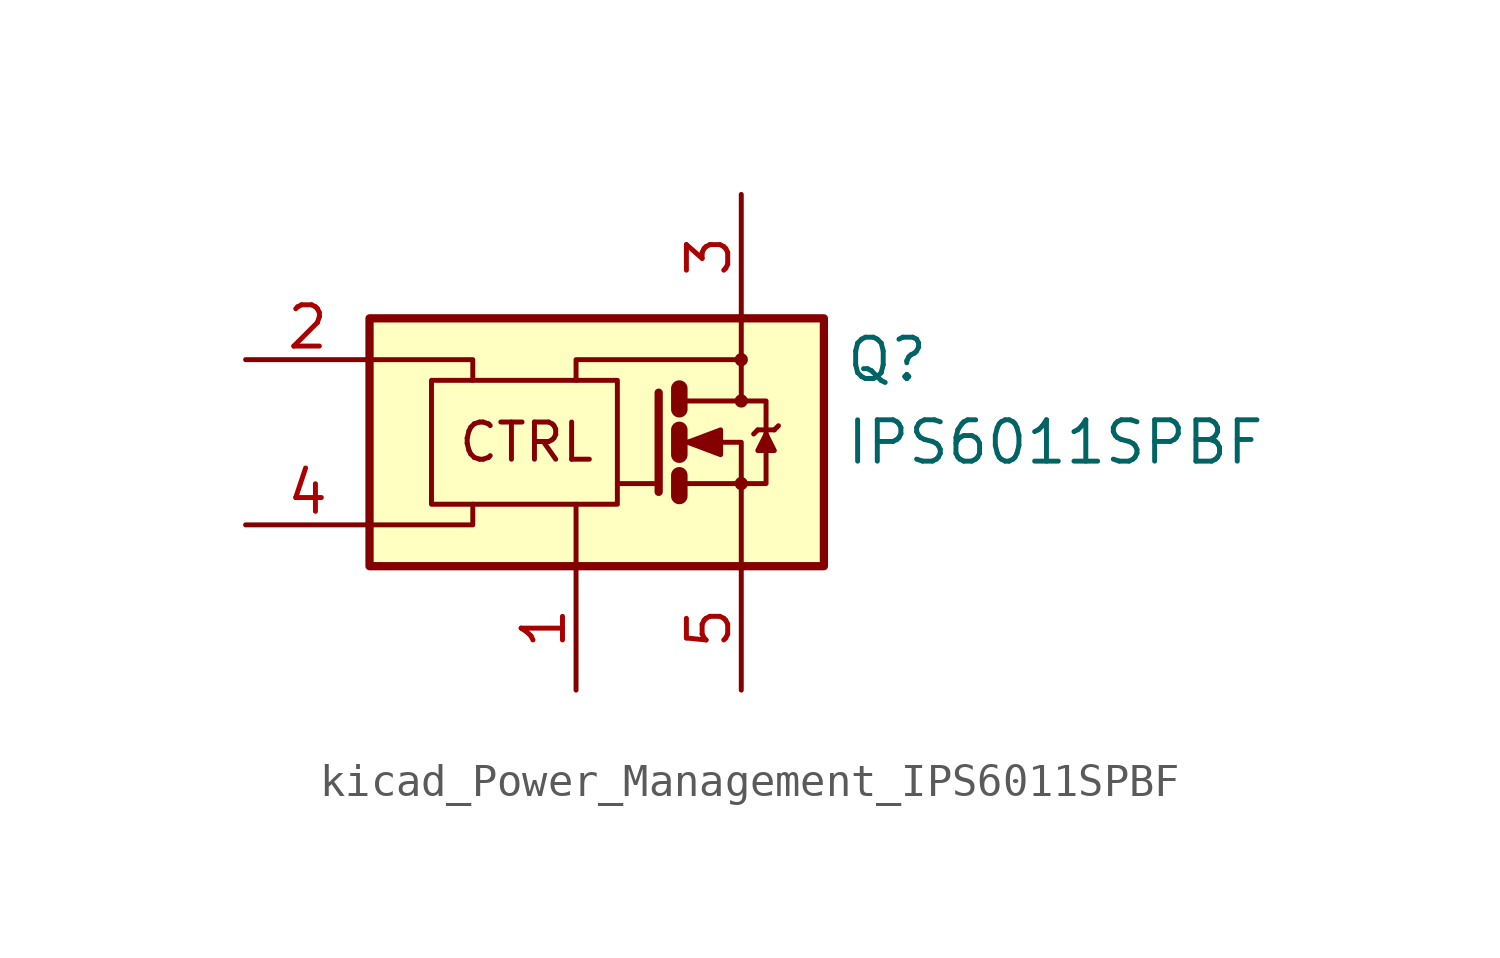
<source format=kicad_sym>
(kicad_symbol_lib
  (version 20220914)
  (generator kicad_symbol_editor)
  (symbol "kicad_Power_Management_IPS6011SPBF"
    (pin_names
      (offset 0) hide)
    (property "Reference" "Q"
      (at 8.255 2.54 0)
      (effects (font (size 1.27 1.27)) (justify left)))
    (property "Value" "IPS6011SPBF"
      (at 8.255 0 0)
      (effects (font (size 1.27 1.27)) (justify left)))
    (symbol "kicad_Power_Management_IPS6011SPBF_0_0"
      (rectangle (start -6.35 3.81) (end 7.62 -3.81) (stroke (width 0.254) (type default)) (fill (type background)))
      (polyline (pts (xy 0 -3.81) (xy 0 -1.905)) (stroke (width 0) (type default)) (fill (type none)))
      (polyline (pts (xy -6.35 -2.54) (xy -3.175 -2.54) (xy -3.175 -1.905)) (stroke (width 0) (type default)) (fill (type none)))
      (polyline (pts (xy -6.35 2.54) (xy -3.175 2.54) (xy -3.175 1.905)) (stroke (width 0) (type default)) (fill (type none)))
      (polyline (pts (xy 0 1.905) (xy 0 2.54) (xy 5.08 2.54)) (stroke (width 0) (type default)) (fill (type none)))
      (circle (center 5.08 2.54) (radius 0.127) (stroke (width 0) (type default)) (fill (type none)))
      (text "CTRL" (at -1.524 0 0) (effects (font (size 1.143 1.143)))))
    (symbol "kicad_Power_Management_IPS6011SPBF_0_1"
      (rectangle (start -4.445 1.905) (end 1.27 -1.905) (stroke (width 0) (type default)) (fill (type none)))
      (polyline (pts (xy 2.54 -1.27) (xy 1.27 -1.27)) (stroke (width 0) (type default)) (fill (type none)))
      (polyline (pts (xy 3.175 -1.016) (xy 3.175 -1.651)) (stroke (width 0.508) (type default)) (fill (type none)))
      (polyline (pts (xy 3.175 0.381) (xy 3.175 -0.381)) (stroke (width 0.508) (type default)) (fill (type none)))
      (polyline (pts (xy 3.175 1.651) (xy 3.175 1.016)) (stroke (width 0.508) (type default)) (fill (type none)))
      (polyline (pts (xy 5.588 0.381) (xy 5.461 0.254)) (stroke (width 0) (type default)) (fill (type none)))
      (polyline (pts (xy 5.588 0.381) (xy 6.096 0.381)) (stroke (width 0) (type default)) (fill (type none)))
      (polyline (pts (xy 6.096 0.381) (xy 6.223 0.508)) (stroke (width 0) (type default)) (fill (type none)))
      (polyline (pts (xy 2.54 1.524) (xy 2.54 -1.524) (xy 2.54 -1.524)) (stroke (width 0.254) (type default)) (fill (type none)))
      (polyline (pts (xy 3.302 -1.27) (xy 5.08 -1.27) (xy 5.08 -3.81)) (stroke (width 0) (type default)) (fill (type none)))
      (polyline (pts (xy 3.302 0) (xy 5.08 0) (xy 5.08 -1.27)) (stroke (width 0) (type default)) (fill (type none)))
      (polyline (pts (xy 3.302 1.27) (xy 5.08 1.27) (xy 5.08 3.81) (xy 5.08 2.54)) (stroke (width 0) (type default)) (fill (type none)))
      (polyline (pts (xy 5.08 -1.27) (xy 5.842 -1.27) (xy 5.842 1.27) (xy 5.08 1.27)) (stroke (width 0) (type default)) (fill (type none)))
      (polyline (pts (xy 5.842 0.254) (xy 5.588 -0.254) (xy 6.096 -0.254) (xy 5.842 0.254)) (stroke (width 0) (type default)) (fill (type outline)))
      (polyline (pts (xy 3.429 0) (xy 4.445 0.381) (xy 4.445 -0.381) (xy 3.429 0) (xy 3.556 0) (xy 3.556 0)) (stroke (width 0) (type default)) (fill (type outline)))
      (circle (center 5.08 -1.27) (radius 0.127) (stroke (width 0) (type default)) (fill (type none)))
      (circle (center 5.08 1.27) (radius 0.127) (stroke (width 0) (type default)) (fill (type none))))
    (symbol "kicad_Power_Management_IPS6011SPBF_1_1"
      (pin power_in line (at 0 -7.62 90) (length 3.81) (name "GND" (effects (font (size 1.27 1.27)))) (number "1" (effects (font (size 1.27 1.27)))))
      (pin input line (at -10.16 2.54 0) (length 3.81) (name "IN" (effects (font (size 1.27 1.27)))) (number "2" (effects (font (size 1.27 1.27)))))
      (pin power_in line (at 5.08 7.62 270) (length 3.81) (name "VCC" (effects (font (size 1.27 1.27)))) (number "3" (effects (font (size 1.27 1.27)))))
      (pin bidirectional line (at -10.16 -2.54 0) (length 3.81) (name "DG" (effects (font (size 1.27 1.27)))) (number "4" (effects (font (size 1.27 1.27)))))
      (pin output line (at 5.08 -7.62 90) (length 3.81) (name "OUT" (effects (font (size 1.27 1.27)))) (number "5" (effects (font (size 1.27 1.27))))))))
</source>
